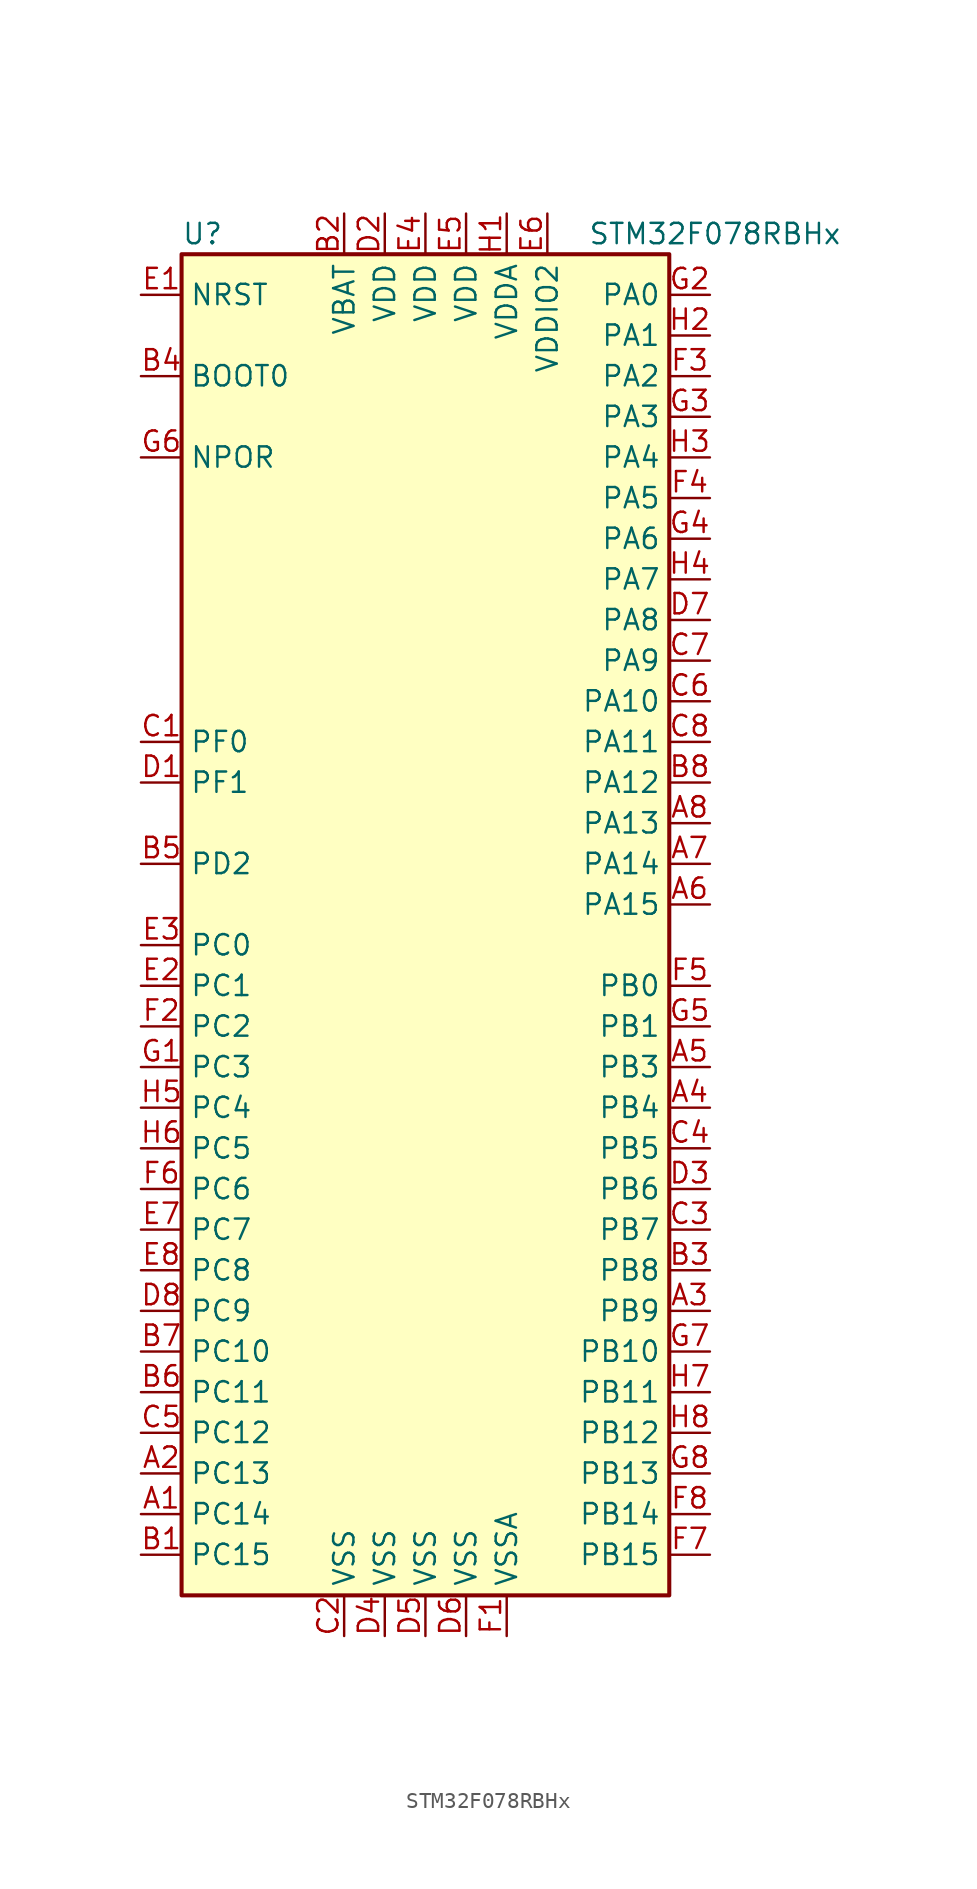
<source format=kicad_sym>
(kicad_symbol_lib
  (version 20201005)
  (generator kicad_symbol_editor)
  (symbol "STM32F078RBHx"
    (property "Reference" "U"
      (at -15.24 41.91 0)
      (effects (font (size 1.27 1.27)) (justify left)))
    (property "Value" "STM32F078RBHx"
      (at 10.16 41.91 0)
      (effects (font (size 1.27 1.27)) (justify left)))
    (symbol "STM32F078RBHx_0_1"
      (rectangle (start -15.24 -43.18) (end 15.24 40.64) (stroke (width 0.254)) (fill (type background))))
    (symbol "STM32F078RBHx_1_1"
      (pin bidirectional line (at -17.78 -38.1 0) (length 2.54) (name "PC14" (effects (font (size 1.27 1.27)))) (number "A1" (effects (font (size 1.27 1.27)))))
      (pin bidirectional line (at -17.78 -35.56 0) (length 2.54) (name "PC13" (effects (font (size 1.27 1.27)))) (number "A2" (effects (font (size 1.27 1.27)))))
      (pin bidirectional line (at 17.78 -25.4 180) (length 2.54) (name "PB9" (effects (font (size 1.27 1.27)))) (number "A3" (effects (font (size 1.27 1.27)))))
      (pin bidirectional line (at 17.78 -12.7 180) (length 2.54) (name "PB4" (effects (font (size 1.27 1.27)))) (number "A4" (effects (font (size 1.27 1.27)))))
      (pin bidirectional line (at 17.78 -10.16 180) (length 2.54) (name "PB3" (effects (font (size 1.27 1.27)))) (number "A5" (effects (font (size 1.27 1.27)))))
      (pin bidirectional line (at 17.78 0 180) (length 2.54) (name "PA15" (effects (font (size 1.27 1.27)))) (number "A6" (effects (font (size 1.27 1.27)))))
      (pin bidirectional line (at 17.78 2.54 180) (length 2.54) (name "PA14" (effects (font (size 1.27 1.27)))) (number "A7" (effects (font (size 1.27 1.27)))))
      (pin bidirectional line (at 17.78 5.08 180) (length 2.54) (name "PA13" (effects (font (size 1.27 1.27)))) (number "A8" (effects (font (size 1.27 1.27)))))
      (pin bidirectional line (at -17.78 -40.64 0) (length 2.54) (name "PC15" (effects (font (size 1.27 1.27)))) (number "B1" (effects (font (size 1.27 1.27)))))
      (pin power_in line (at -5.08 43.18 270) (length 2.54) (name "VBAT" (effects (font (size 1.27 1.27)))) (number "B2" (effects (font (size 1.27 1.27)))))
      (pin bidirectional line (at 17.78 -22.86 180) (length 2.54) (name "PB8" (effects (font (size 1.27 1.27)))) (number "B3" (effects (font (size 1.27 1.27)))))
      (pin input line (at -17.78 33.02 0) (length 2.54) (name "BOOT0" (effects (font (size 1.27 1.27)))) (number "B4" (effects (font (size 1.27 1.27)))))
      (pin bidirectional line (at -17.78 2.54 0) (length 2.54) (name "PD2" (effects (font (size 1.27 1.27)))) (number "B5" (effects (font (size 1.27 1.27)))))
      (pin bidirectional line (at -17.78 -30.48 0) (length 2.54) (name "PC11" (effects (font (size 1.27 1.27)))) (number "B6" (effects (font (size 1.27 1.27)))))
      (pin bidirectional line (at -17.78 -27.94 0) (length 2.54) (name "PC10" (effects (font (size 1.27 1.27)))) (number "B7" (effects (font (size 1.27 1.27)))))
      (pin bidirectional line (at 17.78 7.62 180) (length 2.54) (name "PA12" (effects (font (size 1.27 1.27)))) (number "B8" (effects (font (size 1.27 1.27)))))
      (pin input line (at -17.78 10.16 0) (length 2.54) (name "PF0" (effects (font (size 1.27 1.27)))) (number "C1" (effects (font (size 1.27 1.27)))))
      (pin power_in line (at -5.08 -45.72 90) (length 2.54) (name "VSS" (effects (font (size 1.27 1.27)))) (number "C2" (effects (font (size 1.27 1.27)))))
      (pin bidirectional line (at 17.78 -20.32 180) (length 2.54) (name "PB7" (effects (font (size 1.27 1.27)))) (number "C3" (effects (font (size 1.27 1.27)))))
      (pin bidirectional line (at 17.78 -15.24 180) (length 2.54) (name "PB5" (effects (font (size 1.27 1.27)))) (number "C4" (effects (font (size 1.27 1.27)))))
      (pin bidirectional line (at -17.78 -33.02 0) (length 2.54) (name "PC12" (effects (font (size 1.27 1.27)))) (number "C5" (effects (font (size 1.27 1.27)))))
      (pin bidirectional line (at 17.78 12.7 180) (length 2.54) (name "PA10" (effects (font (size 1.27 1.27)))) (number "C6" (effects (font (size 1.27 1.27)))))
      (pin bidirectional line (at 17.78 15.24 180) (length 2.54) (name "PA9" (effects (font (size 1.27 1.27)))) (number "C7" (effects (font (size 1.27 1.27)))))
      (pin bidirectional line (at 17.78 10.16 180) (length 2.54) (name "PA11" (effects (font (size 1.27 1.27)))) (number "C8" (effects (font (size 1.27 1.27)))))
      (pin input line (at -17.78 7.62 0) (length 2.54) (name "PF1" (effects (font (size 1.27 1.27)))) (number "D1" (effects (font (size 1.27 1.27)))))
      (pin power_in line (at -2.54 43.18 270) (length 2.54) (name "VDD" (effects (font (size 1.27 1.27)))) (number "D2" (effects (font (size 1.27 1.27)))))
      (pin bidirectional line (at 17.78 -17.78 180) (length 2.54) (name "PB6" (effects (font (size 1.27 1.27)))) (number "D3" (effects (font (size 1.27 1.27)))))
      (pin power_in line (at -2.54 -45.72 90) (length 2.54) (name "VSS" (effects (font (size 1.27 1.27)))) (number "D4" (effects (font (size 1.27 1.27)))))
      (pin power_in line (at 0 -45.72 90) (length 2.54) (name "VSS" (effects (font (size 1.27 1.27)))) (number "D5" (effects (font (size 1.27 1.27)))))
      (pin power_in line (at 2.54 -45.72 90) (length 2.54) (name "VSS" (effects (font (size 1.27 1.27)))) (number "D6" (effects (font (size 1.27 1.27)))))
      (pin bidirectional line (at 17.78 17.78 180) (length 2.54) (name "PA8" (effects (font (size 1.27 1.27)))) (number "D7" (effects (font (size 1.27 1.27)))))
      (pin bidirectional line (at -17.78 -25.4 0) (length 2.54) (name "PC9" (effects (font (size 1.27 1.27)))) (number "D8" (effects (font (size 1.27 1.27)))))
      (pin input line (at -17.78 38.1 0) (length 2.54) (name "NRST" (effects (font (size 1.27 1.27)))) (number "E1" (effects (font (size 1.27 1.27)))))
      (pin bidirectional line (at -17.78 -5.08 0) (length 2.54) (name "PC1" (effects (font (size 1.27 1.27)))) (number "E2" (effects (font (size 1.27 1.27)))))
      (pin bidirectional line (at -17.78 -2.54 0) (length 2.54) (name "PC0" (effects (font (size 1.27 1.27)))) (number "E3" (effects (font (size 1.27 1.27)))))
      (pin power_in line (at 0 43.18 270) (length 2.54) (name "VDD" (effects (font (size 1.27 1.27)))) (number "E4" (effects (font (size 1.27 1.27)))))
      (pin power_in line (at 2.54 43.18 270) (length 2.54) (name "VDD" (effects (font (size 1.27 1.27)))) (number "E5" (effects (font (size 1.27 1.27)))))
      (pin power_in line (at 7.62 43.18 270) (length 2.54) (name "VDDIO2" (effects (font (size 1.27 1.27)))) (number "E6" (effects (font (size 1.27 1.27)))))
      (pin bidirectional line (at -17.78 -20.32 0) (length 2.54) (name "PC7" (effects (font (size 1.27 1.27)))) (number "E7" (effects (font (size 1.27 1.27)))))
      (pin bidirectional line (at -17.78 -22.86 0) (length 2.54) (name "PC8" (effects (font (size 1.27 1.27)))) (number "E8" (effects (font (size 1.27 1.27)))))
      (pin power_in line (at 5.08 -45.72 90) (length 2.54) (name "VSSA" (effects (font (size 1.27 1.27)))) (number "F1" (effects (font (size 1.27 1.27)))))
      (pin bidirectional line (at -17.78 -7.62 0) (length 2.54) (name "PC2" (effects (font (size 1.27 1.27)))) (number "F2" (effects (font (size 1.27 1.27)))))
      (pin bidirectional line (at 17.78 33.02 180) (length 2.54) (name "PA2" (effects (font (size 1.27 1.27)))) (number "F3" (effects (font (size 1.27 1.27)))))
      (pin bidirectional line (at 17.78 25.4 180) (length 2.54) (name "PA5" (effects (font (size 1.27 1.27)))) (number "F4" (effects (font (size 1.27 1.27)))))
      (pin bidirectional line (at 17.78 -5.08 180) (length 2.54) (name "PB0" (effects (font (size 1.27 1.27)))) (number "F5" (effects (font (size 1.27 1.27)))))
      (pin bidirectional line (at -17.78 -17.78 0) (length 2.54) (name "PC6" (effects (font (size 1.27 1.27)))) (number "F6" (effects (font (size 1.27 1.27)))))
      (pin bidirectional line (at 17.78 -40.64 180) (length 2.54) (name "PB15" (effects (font (size 1.27 1.27)))) (number "F7" (effects (font (size 1.27 1.27)))))
      (pin bidirectional line (at 17.78 -38.1 180) (length 2.54) (name "PB14" (effects (font (size 1.27 1.27)))) (number "F8" (effects (font (size 1.27 1.27)))))
      (pin bidirectional line (at -17.78 -10.16 0) (length 2.54) (name "PC3" (effects (font (size 1.27 1.27)))) (number "G1" (effects (font (size 1.27 1.27)))))
      (pin bidirectional line (at 17.78 38.1 180) (length 2.54) (name "PA0" (effects (font (size 1.27 1.27)))) (number "G2" (effects (font (size 1.27 1.27)))))
      (pin bidirectional line (at 17.78 30.48 180) (length 2.54) (name "PA3" (effects (font (size 1.27 1.27)))) (number "G3" (effects (font (size 1.27 1.27)))))
      (pin bidirectional line (at 17.78 22.86 180) (length 2.54) (name "PA6" (effects (font (size 1.27 1.27)))) (number "G4" (effects (font (size 1.27 1.27)))))
      (pin bidirectional line (at 17.78 -7.62 180) (length 2.54) (name "PB1" (effects (font (size 1.27 1.27)))) (number "G5" (effects (font (size 1.27 1.27)))))
      (pin power_in line (at -17.78 27.94 0) (length 2.54) (name "NPOR" (effects (font (size 1.27 1.27)))) (number "G6" (effects (font (size 1.27 1.27)))))
      (pin bidirectional line (at 17.78 -27.94 180) (length 2.54) (name "PB10" (effects (font (size 1.27 1.27)))) (number "G7" (effects (font (size 1.27 1.27)))))
      (pin bidirectional line (at 17.78 -35.56 180) (length 2.54) (name "PB13" (effects (font (size 1.27 1.27)))) (number "G8" (effects (font (size 1.27 1.27)))))
      (pin power_in line (at 5.08 43.18 270) (length 2.54) (name "VDDA" (effects (font (size 1.27 1.27)))) (number "H1" (effects (font (size 1.27 1.27)))))
      (pin bidirectional line (at 17.78 35.56 180) (length 2.54) (name "PA1" (effects (font (size 1.27 1.27)))) (number "H2" (effects (font (size 1.27 1.27)))))
      (pin bidirectional line (at 17.78 27.94 180) (length 2.54) (name "PA4" (effects (font (size 1.27 1.27)))) (number "H3" (effects (font (size 1.27 1.27)))))
      (pin bidirectional line (at 17.78 20.32 180) (length 2.54) (name "PA7" (effects (font (size 1.27 1.27)))) (number "H4" (effects (font (size 1.27 1.27)))))
      (pin bidirectional line (at -17.78 -12.7 0) (length 2.54) (name "PC4" (effects (font (size 1.27 1.27)))) (number "H5" (effects (font (size 1.27 1.27)))))
      (pin bidirectional line (at -17.78 -15.24 0) (length 2.54) (name "PC5" (effects (font (size 1.27 1.27)))) (number "H6" (effects (font (size 1.27 1.27)))))
      (pin bidirectional line (at 17.78 -30.48 180) (length 2.54) (name "PB11" (effects (font (size 1.27 1.27)))) (number "H7" (effects (font (size 1.27 1.27)))))
      (pin bidirectional line (at 17.78 -33.02 180) (length 2.54) (name "PB12" (effects (font (size 1.27 1.27)))) (number "H8" (effects (font (size 1.27 1.27))))))))
</source>
